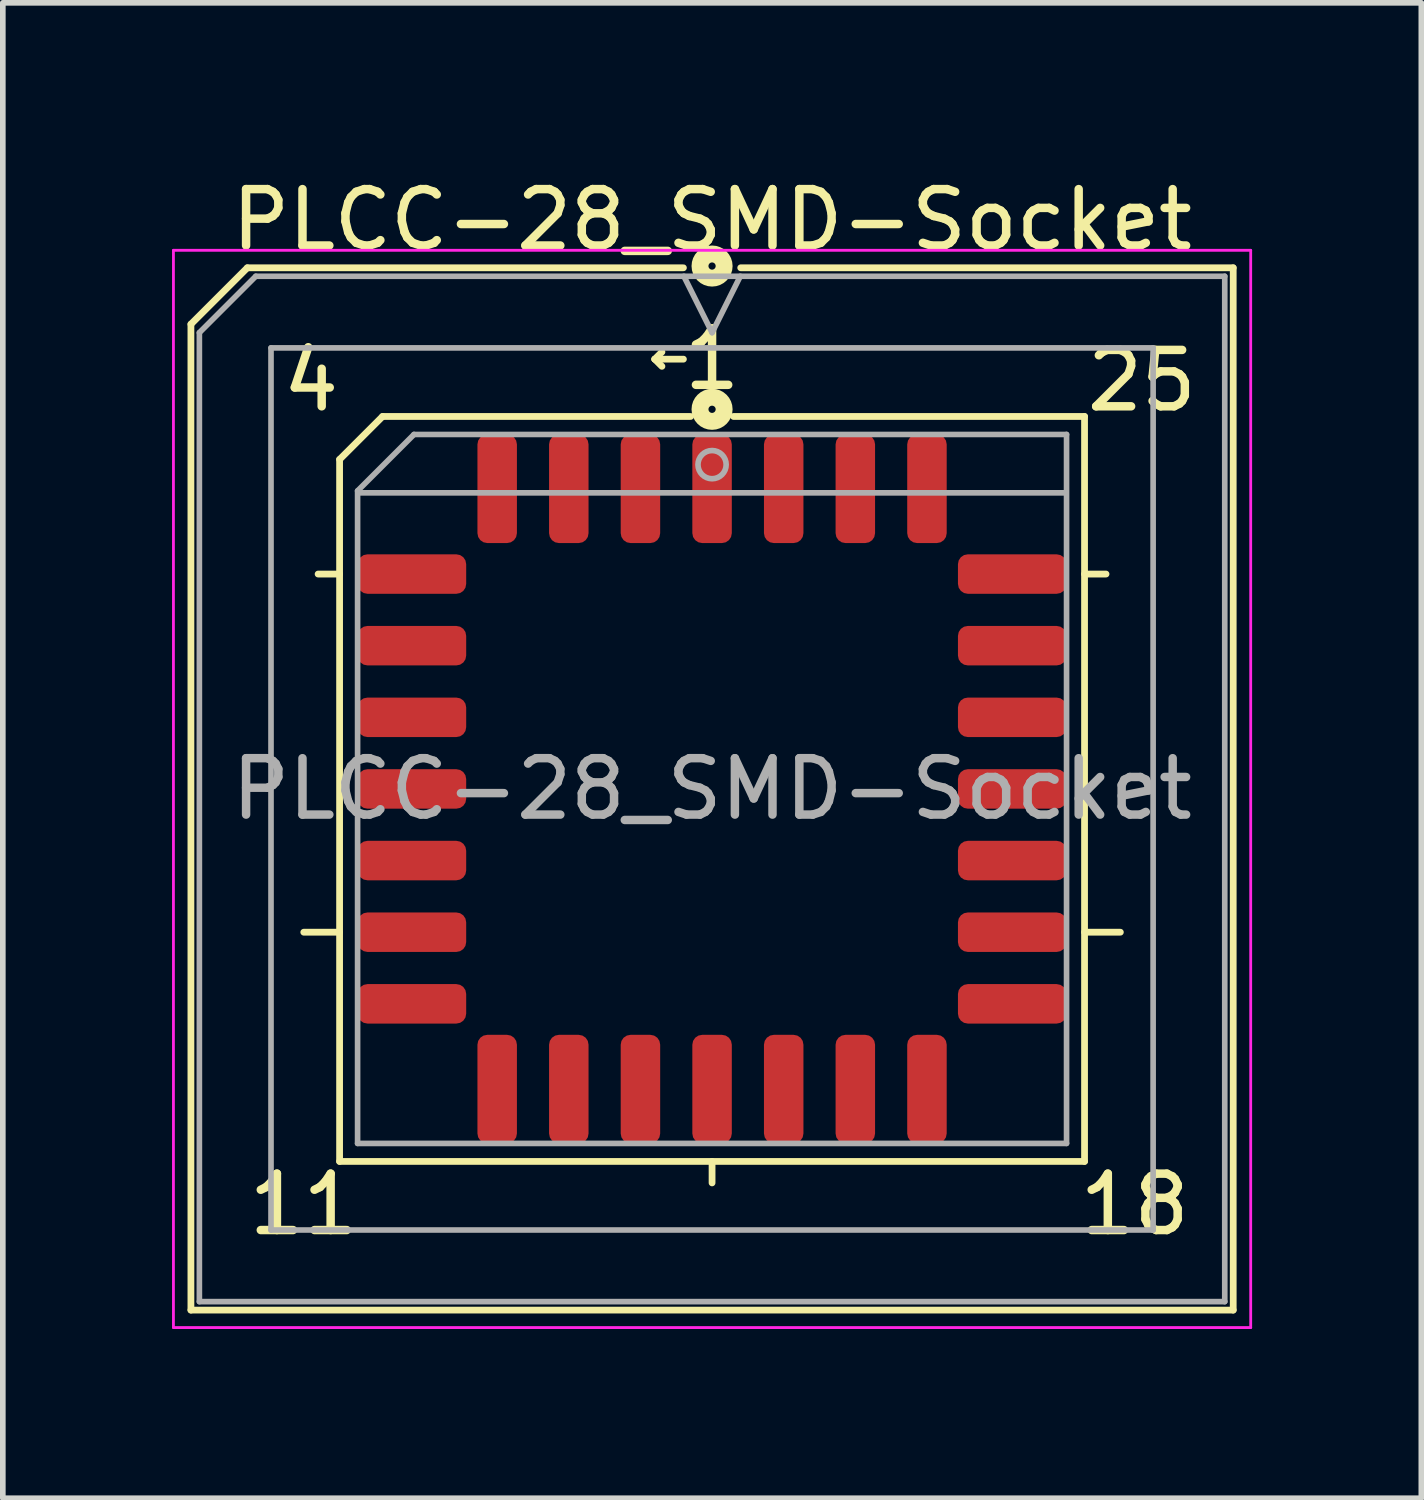
<source format=kicad_pcb>
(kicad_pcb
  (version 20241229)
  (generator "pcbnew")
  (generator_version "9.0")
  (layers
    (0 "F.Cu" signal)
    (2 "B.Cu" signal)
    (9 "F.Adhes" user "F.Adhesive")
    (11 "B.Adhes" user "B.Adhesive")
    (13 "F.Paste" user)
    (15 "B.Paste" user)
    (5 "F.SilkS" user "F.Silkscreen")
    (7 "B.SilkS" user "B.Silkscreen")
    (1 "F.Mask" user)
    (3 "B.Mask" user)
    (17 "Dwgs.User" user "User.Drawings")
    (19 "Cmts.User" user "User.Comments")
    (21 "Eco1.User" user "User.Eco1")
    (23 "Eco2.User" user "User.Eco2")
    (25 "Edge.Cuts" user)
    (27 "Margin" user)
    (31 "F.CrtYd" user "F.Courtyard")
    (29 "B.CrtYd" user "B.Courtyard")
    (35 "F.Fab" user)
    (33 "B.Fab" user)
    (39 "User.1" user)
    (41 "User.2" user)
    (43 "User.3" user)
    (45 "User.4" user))
  (footprint "PLCC-28_SMD-Socket"
    (layer "F.Cu")
    (at 9.575 10.938)
    (property "Reference" "PLCC-28_SMD-Socket" (at 0 -10.09 0) (layer "F.SilkS") (effects (font (size 1 1) (thickness 0.15))))
    (attr smd)
    (fp_line (start -9.24 -8.24) (end -9.24 9.24) (stroke (width 0.12) (type solid)) (layer "F.SilkS"))
    (fp_line (start -9.24 9.24) (end 9.24 9.24) (stroke (width 0.12) (type solid)) (layer "F.SilkS"))
    (fp_line (start -8.24 -9.24) (end -9.24 -8.24) (stroke (width 0.12) (type solid)) (layer "F.SilkS"))
    (fp_line (start -6.604 -5.842) (end -6.604 6.604) (stroke (width 0.12) (type solid)) (layer "F.SilkS"))
    (fp_line (start -6.604 -3.81) (end -6.985 -3.81) (stroke (width 0.12) (type solid)) (layer "F.SilkS"))
    (fp_line (start -6.604 2.54) (end -7.239 2.54) (stroke (width 0.12) (type solid)) (layer "F.SilkS"))
    (fp_line (start -6.604 6.604) (end 6.604 6.604) (stroke (width 0.12) (type solid)) (layer "F.SilkS"))
    (fp_line (start -5.842 -6.604) (end -6.604 -5.842) (stroke (width 0.12) (type solid)) (layer "F.SilkS"))
    (fp_line (start -1.016 -7.62) (end -0.889 -7.747) (stroke (width 0.12) (type solid)) (layer "F.SilkS"))
    (fp_line (start -1.016 -7.62) (end -0.889 -7.493) (stroke (width 0.12) (type solid)) (layer "F.SilkS"))
    (fp_line (start -0.508 -9.24) (end -8.24 -9.24) (stroke (width 0.12) (type solid)) (layer "F.SilkS"))
    (fp_line (start -0.508 -7.62) (end -1.016 -7.62) (stroke (width 0.12) (type solid)) (layer "F.SilkS"))
    (fp_line (start -0.381 -6.604) (end -5.842 -6.604) (stroke (width 0.12) (type solid)) (layer "F.SilkS"))
    (fp_line (start 0 6.604) (end 0 6.985) (stroke (width 0.12) (type solid)) (layer "F.SilkS"))
    (fp_line (start 6.604 -6.604) (end 0.381 -6.604) (stroke (width 0.12) (type solid)) (layer "F.SilkS"))
    (fp_line (start 6.604 -3.81) (end 6.985 -3.81) (stroke (width 0.12) (type solid)) (layer "F.SilkS"))
    (fp_line (start 6.604 2.54) (end 7.239 2.54) (stroke (width 0.12) (type solid)) (layer "F.SilkS"))
    (fp_line (start 6.604 6.604) (end 6.604 -6.604) (stroke (width 0.12) (type solid)) (layer "F.SilkS"))
    (fp_line (start 9.24 -9.24) (end 0.508 -9.24) (stroke (width 0.12) (type solid)) (layer "F.SilkS"))
    (fp_line (start 9.24 9.24) (end 9.24 -9.24) (stroke (width 0.12) (type solid)) (layer "F.SilkS"))
    (fp_circle (center 0 -9.271) (end 0.064 -9.271) (stroke (width 0.3) (type solid)) (fill no) (layer "F.SilkS"))
    (fp_circle (center 0 -6.731) (end 0.064 -6.731) (stroke (width 0.3) (type solid)) (fill no) (layer "F.SilkS"))
    (fp_line (start -9.55 -9.55) (end -9.55 9.55) (stroke (width 0.05) (type solid)) (layer "F.CrtYd"))
    (fp_line (start -9.55 9.55) (end 9.55 9.55) (stroke (width 0.05) (type solid)) (layer "F.CrtYd"))
    (fp_line (start 9.55 -9.55) (end -9.55 -9.55) (stroke (width 0.05) (type solid)) (layer "F.CrtYd"))
    (fp_line (start 9.55 9.55) (end 9.55 -9.55) (stroke (width 0.05) (type solid)) (layer "F.CrtYd"))
    (fp_line (start -9.09 -8.09) (end -9.09 9.09) (stroke (width 0.1) (type solid)) (layer "F.Fab"))
    (fp_line (start -9.09 9.09) (end 9.09 9.09) (stroke (width 0.1) (type solid)) (layer "F.Fab"))
    (fp_line (start -8.09 -9.09) (end -9.09 -8.09) (stroke (width 0.1) (type solid)) (layer "F.Fab"))
    (fp_line (start -7.82 -7.82) (end -7.82 7.82) (stroke (width 0.1) (type solid)) (layer "F.Fab"))
    (fp_line (start -7.82 7.82) (end 7.82 7.82) (stroke (width 0.1) (type solid)) (layer "F.Fab"))
    (fp_line (start -6.285 -5.285) (end -6.285 6.285) (stroke (width 0.1) (type solid)) (layer "F.Fab"))
    (fp_line (start -6.285 6.285) (end 6.285 6.285) (stroke (width 0.1) (type solid)) (layer "F.Fab"))
    (fp_line (start -5.285 -6.285) (end -6.285 -5.285) (stroke (width 0.1) (type solid)) (layer "F.Fab"))
    (fp_line (start -0.5 -9.09) (end 0 -8.09) (stroke (width 0.1) (type solid)) (layer "F.Fab"))
    (fp_line (start 0 -8.09) (end 0.5 -9.09) (stroke (width 0.1) (type solid)) (layer "F.Fab"))
    (fp_line (start 6.25 -5.25) (end -6.25 -5.25) (stroke (width 0.1) (type solid)) (layer "F.Fab"))
    (fp_line (start 6.285 -6.285) (end -5.285 -6.285) (stroke (width 0.1) (type solid)) (layer "F.Fab"))
    (fp_line (start 6.285 6.285) (end 6.285 -6.285) (stroke (width 0.1) (type solid)) (layer "F.Fab"))
    (fp_line (start 7.82 -7.82) (end -7.82 -7.82) (stroke (width 0.1) (type solid)) (layer "F.Fab"))
    (fp_line (start 7.82 7.82) (end 7.82 -7.82) (stroke (width 0.1) (type solid)) (layer "F.Fab"))
    (fp_line (start 9.09 -9.09) (end -8.09 -9.09) (stroke (width 0.1) (type solid)) (layer "F.Fab"))
    (fp_line (start 9.09 9.09) (end 9.09 -9.09) (stroke (width 0.1) (type solid)) (layer "F.Fab"))
    (fp_circle (center 0 -5.75) (end 0.25 -5.75) (stroke (width 0.1) (type solid)) (fill no) (layer "F.Fab"))
    (fp_text user "25" (at 7.62 -7.239 0) (unlocked yes) (layer "F.SilkS") (effects (font (size 1 1) (thickness 0.15))))
    (fp_text user "18" (at 7.493 7.366 0) (unlocked yes) (layer "F.SilkS") (effects (font (size 1 1) (thickness 0.15))))
    (fp_text user "1" (at 0 -7.62 0) (unlocked yes) (layer "F.SilkS") (effects (font (size 1 1) (thickness 0.15))))
    (fp_text user "11" (at -7.239 7.366 0) (unlocked yes) (layer "F.SilkS") (effects (font (size 1 1) (thickness 0.15))))
    (fp_text user "4" (at -7.112 -7.239 0) (unlocked yes) (layer "F.SilkS") (effects (font (size 1 1) (thickness 0.15))))
    (fp_text user "${REFERENCE}" (at 0 0 0) (layer "F.Fab") (effects (font (size 1 1) (thickness 0.15))))
    (pad "1" smd roundrect (at 0 -5.322) (size 0.7 1.925) (layers "F.Cu" "F.Mask" "F.Paste") (roundrect_rratio 0.25))
    (pad "2" smd roundrect (at -1.27 -5.322) (size 0.7 1.925) (layers "F.Cu" "F.Mask" "F.Paste") (roundrect_rratio 0.25))
    (pad "3" smd roundrect (at -2.54 -5.322) (size 0.7 1.925) (layers "F.Cu" "F.Mask" "F.Paste") (roundrect_rratio 0.25))
    (pad "4" smd roundrect (at -3.81 -5.322) (size 0.7 1.925) (layers "F.Cu" "F.Mask" "F.Paste") (roundrect_rratio 0.25))
    (pad "5" smd roundrect (at -5.322 -3.81) (size 1.925 0.7) (layers "F.Cu" "F.Mask" "F.Paste") (roundrect_rratio 0.25))
    (pad "6" smd roundrect (at -5.322 -2.54) (size 1.925 0.7) (layers "F.Cu" "F.Mask" "F.Paste") (roundrect_rratio 0.25))
    (pad "7" smd roundrect (at -5.322 -1.27) (size 1.925 0.7) (layers "F.Cu" "F.Mask" "F.Paste") (roundrect_rratio 0.25))
    (pad "8" smd roundrect (at -5.322 0) (size 1.925 0.7) (layers "F.Cu" "F.Mask" "F.Paste") (roundrect_rratio 0.25))
    (pad "9" smd roundrect (at -5.322 1.27) (size 1.925 0.7) (layers "F.Cu" "F.Mask" "F.Paste") (roundrect_rratio 0.25))
    (pad "10" smd roundrect (at -5.322 2.54) (size 1.925 0.7) (layers "F.Cu" "F.Mask" "F.Paste") (roundrect_rratio 0.25))
    (pad "11" smd roundrect (at -5.322 3.81) (size 1.925 0.7) (layers "F.Cu" "F.Mask" "F.Paste") (roundrect_rratio 0.25))
    (pad "12" smd roundrect (at -3.81 5.322) (size 0.7 1.925) (layers "F.Cu" "F.Mask" "F.Paste") (roundrect_rratio 0.25))
    (pad "13" smd roundrect (at -2.54 5.322) (size 0.7 1.925) (layers "F.Cu" "F.Mask" "F.Paste") (roundrect_rratio 0.25))
    (pad "14" smd roundrect (at -1.27 5.322) (size 0.7 1.925) (layers "F.Cu" "F.Mask" "F.Paste") (roundrect_rratio 0.25))
    (pad "15" smd roundrect (at 0 5.322) (size 0.7 1.925) (layers "F.Cu" "F.Mask" "F.Paste") (roundrect_rratio 0.25))
    (pad "16" smd roundrect (at 1.27 5.322) (size 0.7 1.925) (layers "F.Cu" "F.Mask" "F.Paste") (roundrect_rratio 0.25))
    (pad "17" smd roundrect (at 2.54 5.322) (size 0.7 1.925) (layers "F.Cu" "F.Mask" "F.Paste") (roundrect_rratio 0.25))
    (pad "18" smd roundrect (at 3.81 5.322) (size 0.7 1.925) (layers "F.Cu" "F.Mask" "F.Paste") (roundrect_rratio 0.25))
    (pad "19" smd roundrect (at 5.322 3.81) (size 1.925 0.7) (layers "F.Cu" "F.Mask" "F.Paste") (roundrect_rratio 0.25))
    (pad "20" smd roundrect (at 5.322 2.54) (size 1.925 0.7) (layers "F.Cu" "F.Mask" "F.Paste") (roundrect_rratio 0.25))
    (pad "21" smd roundrect (at 5.322 1.27) (size 1.925 0.7) (layers "F.Cu" "F.Mask" "F.Paste") (roundrect_rratio 0.25))
    (pad "22" smd roundrect (at 5.322 0) (size 1.925 0.7) (layers "F.Cu" "F.Mask" "F.Paste") (roundrect_rratio 0.25))
    (pad "23" smd roundrect (at 5.322 -1.27) (size 1.925 0.7) (layers "F.Cu" "F.Mask" "F.Paste") (roundrect_rratio 0.25))
    (pad "24" smd roundrect (at 5.322 -2.54) (size 1.925 0.7) (layers "F.Cu" "F.Mask" "F.Paste") (roundrect_rratio 0.25))
    (pad "25" smd roundrect (at 5.322 -3.81) (size 1.925 0.7) (layers "F.Cu" "F.Mask" "F.Paste") (roundrect_rratio 0.25))
    (pad "26" smd roundrect (at 3.81 -5.322) (size 0.7 1.925) (layers "F.Cu" "F.Mask" "F.Paste") (roundrect_rratio 0.25))
    (pad "27" smd roundrect (at 2.54 -5.322) (size 0.7 1.925) (layers "F.Cu" "F.Mask" "F.Paste") (roundrect_rratio 0.25))
    (pad "28" smd roundrect (at 1.27 -5.322) (size 0.7 1.925) (layers "F.Cu" "F.Mask" "F.Paste") (roundrect_rratio 0.25)))
  (gr_rect
    (start -3 -3)
    (end 22.15 23.513)
    (stroke (width 0.1) (type default))
    (fill no)
    (layer "Edge.Cuts")))
</source>
